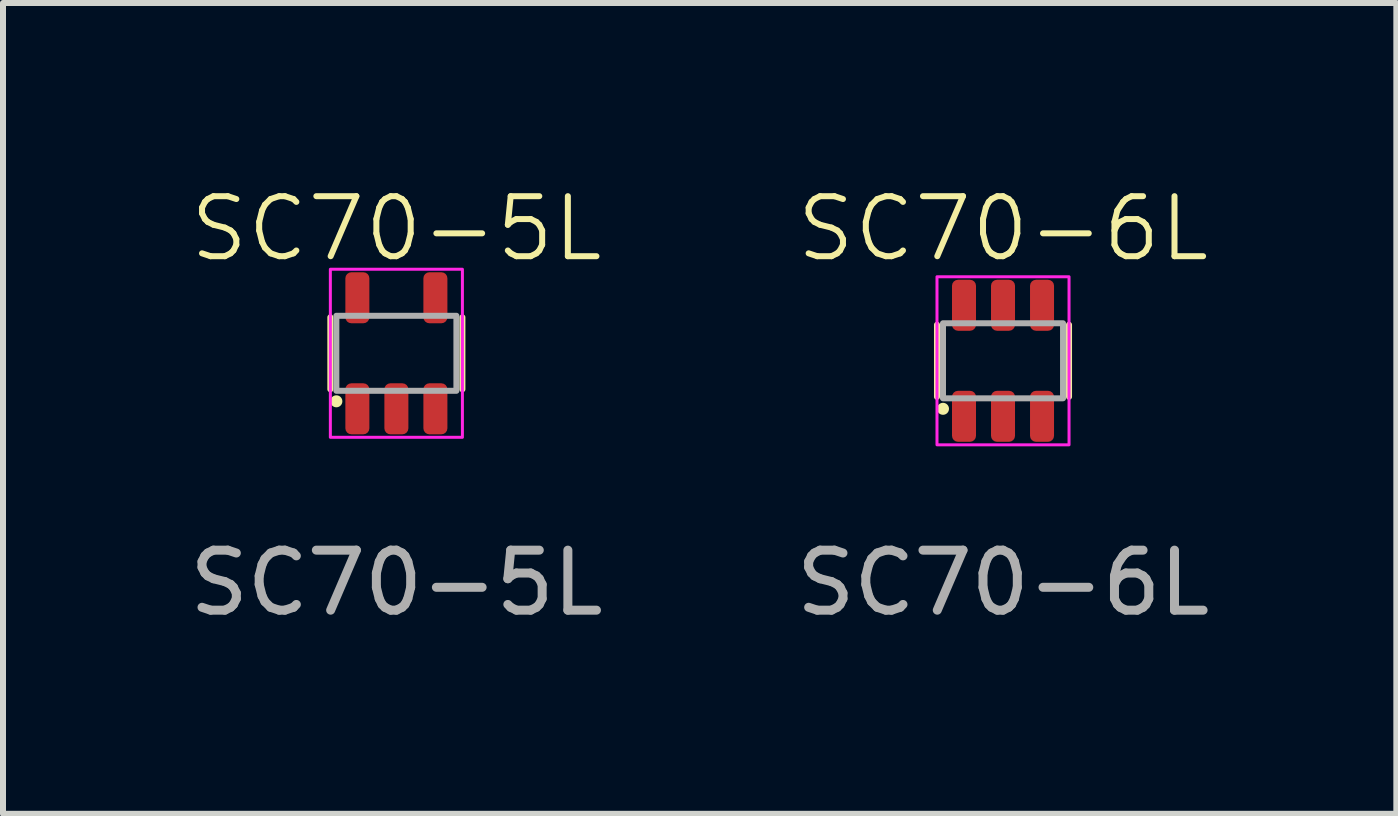
<source format=kicad_pcb>
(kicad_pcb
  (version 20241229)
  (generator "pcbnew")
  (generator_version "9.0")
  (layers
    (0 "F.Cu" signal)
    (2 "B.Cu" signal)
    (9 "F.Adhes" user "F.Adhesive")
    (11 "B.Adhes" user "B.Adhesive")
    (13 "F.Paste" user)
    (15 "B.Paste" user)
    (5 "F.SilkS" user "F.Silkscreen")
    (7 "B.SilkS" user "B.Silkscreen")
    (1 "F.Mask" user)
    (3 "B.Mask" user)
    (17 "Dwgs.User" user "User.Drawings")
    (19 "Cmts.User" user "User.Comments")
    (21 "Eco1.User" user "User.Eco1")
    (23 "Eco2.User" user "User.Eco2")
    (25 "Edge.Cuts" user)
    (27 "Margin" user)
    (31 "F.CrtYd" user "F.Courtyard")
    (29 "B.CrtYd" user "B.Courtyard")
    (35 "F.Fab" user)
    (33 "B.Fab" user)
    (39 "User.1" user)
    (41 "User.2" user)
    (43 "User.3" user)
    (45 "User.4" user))
  (footprint "SC70-5L"
    (layer "F.Cu")
    (at 3.554 2.861)
    (property "Reference" "SC70-5L" (at 0 -2.1 0) (unlocked yes) (layer "F.SilkS") (effects (font (size 1 1) (thickness 0.1))))
    (attr smd)
    (fp_line (start -1.1 -0.625) (end -1.1 0.575) (stroke (width 0.1) (type default)) (layer "F.SilkS"))
    (fp_line (start 1.1 -0.625) (end 1.1 0.575) (stroke (width 0.1) (type default)) (layer "F.SilkS"))
    (fp_circle (center -1 0.775) (end -0.95 0.775) (stroke (width 0.1) (type solid)) (fill yes) (layer "F.SilkS"))
    (fp_rect (start -1.1 -1.425) (end 1.1 1.375) (stroke (width 0.05) (type default)) (fill no) (layer "F.CrtYd"))
    (fp_rect (start -1 -0.65) (end 1 0.6) (stroke (width 0.1) (type default)) (fill no) (layer "F.Fab"))
    (fp_text user "${REFERENCE}" (at 0 3.8 0) (unlocked yes) (layer "F.Fab") (effects (font (size 1 1) (thickness 0.15))))
    (pad "1" smd roundrect (at -0.65 0.9 180) (size 0.4 0.85) (layers "F.Cu" "F.Mask" "F.Paste") (roundrect_rratio 0.25))
    (pad "2" smd roundrect (at 0 0.9 180) (size 0.4 0.85) (layers "F.Cu" "F.Mask" "F.Paste") (roundrect_rratio 0.25))
    (pad "3" smd roundrect (at 0.65 0.9 180) (size 0.4 0.85) (layers "F.Cu" "F.Mask" "F.Paste") (roundrect_rratio 0.25))
    (pad "4" smd roundrect (at 0.65 -0.95 180) (size 0.4 0.85) (layers "F.Cu" "F.Mask" "F.Paste") (roundrect_rratio 0.25))
    (pad "5" smd roundrect (at -0.65 -0.95 180) (size 0.4 0.85) (layers "F.Cu" "F.Mask" "F.Paste") (roundrect_rratio 0.25)))
  (footprint "SC70-6L"
    (layer "F.Cu")
    (at 13.661 2.961)
    (property "Reference" "SC70-6L" (at 0 -2.2 0) (unlocked yes) (layer "F.SilkS") (effects (font (size 1 1) (thickness 0.1))))
    (attr smd)
    (fp_line (start -1.1 -0.6) (end -1.1 0.6) (stroke (width 0.1) (type default)) (layer "F.SilkS"))
    (fp_line (start 1.1 -0.6) (end 1.1 0.6) (stroke (width 0.1) (type default)) (layer "F.SilkS"))
    (fp_circle (center -1 0.8) (end -0.95 0.8) (stroke (width 0.1) (type solid)) (fill yes) (layer "F.SilkS"))
    (fp_rect (start -1.1 -1.4) (end 1.1 1.4) (stroke (width 0.05) (type default)) (fill no) (layer "F.CrtYd"))
    (fp_rect (start -1 -0.625) (end 1 0.625) (stroke (width 0.1) (type default)) (fill no) (layer "F.Fab"))
    (fp_text user "${REFERENCE}" (at 0 3.7 0) (unlocked yes) (layer "F.Fab") (effects (font (size 1 1) (thickness 0.15))))
    (pad "1" smd roundrect (at -0.65 0.925 180) (size 0.4 0.85) (layers "F.Cu" "F.Mask" "F.Paste") (roundrect_rratio 0.25))
    (pad "2" smd roundrect (at 0 0.925 180) (size 0.4 0.85) (layers "F.Cu" "F.Mask" "F.Paste") (roundrect_rratio 0.25))
    (pad "3" smd roundrect (at 0.65 0.925 180) (size 0.4 0.85) (layers "F.Cu" "F.Mask" "F.Paste") (roundrect_rratio 0.25))
    (pad "4" smd roundrect (at 0.65 -0.925 180) (size 0.4 0.85) (layers "F.Cu" "F.Mask" "F.Paste") (roundrect_rratio 0.25))
    (pad "5" smd roundrect (at 0 -0.925 180) (size 0.4 0.85) (layers "F.Cu" "F.Mask" "F.Paste") (roundrect_rratio 0.25))
    (pad "6" smd roundrect (at -0.65 -0.925 180) (size 0.4 0.85) (layers "F.Cu" "F.Mask" "F.Paste") (roundrect_rratio 0.25)))
  (gr_rect
    (start -3 -3)
    (end 20.214 10.509)
    (stroke (width 0.1) (type default))
    (fill no)
    (layer "Edge.Cuts")))
</source>
